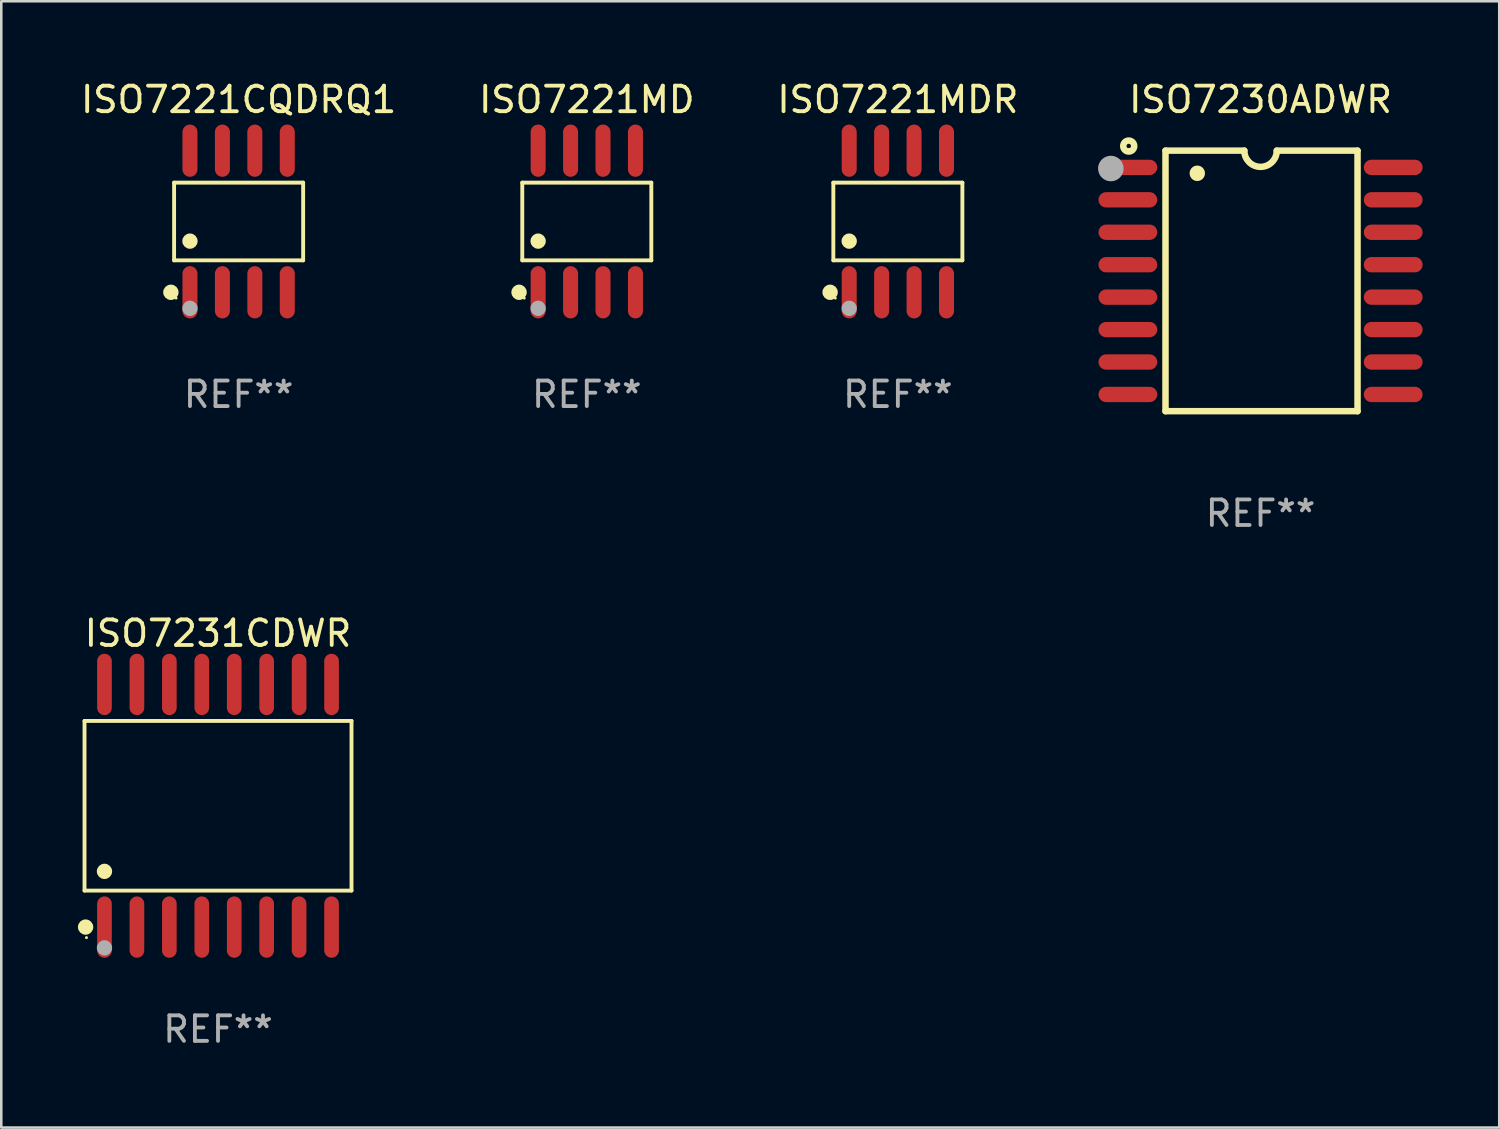
<source format=kicad_pcb>
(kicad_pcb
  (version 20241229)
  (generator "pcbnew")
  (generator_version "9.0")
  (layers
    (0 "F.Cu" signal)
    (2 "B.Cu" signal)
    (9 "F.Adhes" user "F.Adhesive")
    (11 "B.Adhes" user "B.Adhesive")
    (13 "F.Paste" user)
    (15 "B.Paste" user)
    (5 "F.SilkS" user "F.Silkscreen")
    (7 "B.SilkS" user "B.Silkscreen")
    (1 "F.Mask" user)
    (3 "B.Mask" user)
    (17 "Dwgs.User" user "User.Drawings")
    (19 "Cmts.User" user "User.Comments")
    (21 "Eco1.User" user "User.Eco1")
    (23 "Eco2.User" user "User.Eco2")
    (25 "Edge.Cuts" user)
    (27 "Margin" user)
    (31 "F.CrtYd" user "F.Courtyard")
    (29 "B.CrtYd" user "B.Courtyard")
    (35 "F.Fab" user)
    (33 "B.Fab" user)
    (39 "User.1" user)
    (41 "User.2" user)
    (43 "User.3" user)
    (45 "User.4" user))
  (footprint "ISO7231CDWR"
    (layer "F.Cu")
    (at 5.485 28.495)
    (property "Reference" "ISO7231CDWR" (at 0 -6.75 0) (layer "F.SilkS") (effects (font (size 1 1) (thickness 0.15))))
    (attr through_hole)
    (fp_line (start -5.226 -3.321) (end 5.226 -3.321) (stroke (width 0.152) (type solid)) (layer "F.SilkS"))
    (fp_line (start -5.226 3.321) (end -5.226 -3.321) (stroke (width 0.152) (type solid)) (layer "F.SilkS"))
    (fp_line (start 5.226 -3.321) (end 5.226 3.321) (stroke (width 0.152) (type solid)) (layer "F.SilkS"))
    (fp_line (start 5.226 3.321) (end -5.226 3.321) (stroke (width 0.152) (type solid)) (layer "F.SilkS"))
    (fp_circle (center -5.184 4.75) (end -5.034 4.75) (stroke (width 0.3) (type solid)) (fill no) (layer "F.SilkS"))
    (fp_circle (center -5.15 5.163) (end -5.12 5.163) (stroke (width 0.06) (type solid)) (fill no) (layer "F.SilkS"))
    (fp_circle (center -4.445 2.569) (end -4.295 2.569) (stroke (width 0.3) (type solid)) (fill no) (layer "F.SilkS"))
    (fp_circle (center -4.445 5.563) (end -4.295 5.563) (stroke (width 0.3) (type solid)) (fill no) (layer "F.Fab"))
    (fp_text user "REF**" (at 0 8.75 0) (layer "F.Fab") (effects (font (size 1 1) (thickness 0.15))))
    (pad "1" smd oval (at -4.445 4.75) (size 0.574 2.401) (layers "F.Cu" "F.Mask" "F.Paste"))
    (pad "2" smd oval (at -3.175 4.75) (size 0.574 2.401) (layers "F.Cu" "F.Mask" "F.Paste"))
    (pad "3" smd oval (at -1.905 4.75) (size 0.574 2.401) (layers "F.Cu" "F.Mask" "F.Paste"))
    (pad "4" smd oval (at -0.635 4.75) (size 0.574 2.401) (layers "F.Cu" "F.Mask" "F.Paste"))
    (pad "5" smd oval (at 0.635 4.75) (size 0.574 2.401) (layers "F.Cu" "F.Mask" "F.Paste"))
    (pad "6" smd oval (at 1.905 4.75) (size 0.574 2.401) (layers "F.Cu" "F.Mask" "F.Paste"))
    (pad "7" smd oval (at 3.175 4.75) (size 0.574 2.401) (layers "F.Cu" "F.Mask" "F.Paste"))
    (pad "8" smd oval (at 4.445 4.75) (size 0.574 2.401) (layers "F.Cu" "F.Mask" "F.Paste"))
    (pad "9" smd oval (at 4.445 -4.75) (size 0.574 2.401) (layers "F.Cu" "F.Mask" "F.Paste"))
    (pad "10" smd oval (at 3.175 -4.75) (size 0.574 2.401) (layers "F.Cu" "F.Mask" "F.Paste"))
    (pad "11" smd oval (at 1.905 -4.75) (size 0.574 2.401) (layers "F.Cu" "F.Mask" "F.Paste"))
    (pad "12" smd oval (at 0.635 -4.75) (size 0.574 2.401) (layers "F.Cu" "F.Mask" "F.Paste"))
    (pad "13" smd oval (at -0.635 -4.75) (size 0.574 2.401) (layers "F.Cu" "F.Mask" "F.Paste"))
    (pad "14" smd oval (at -1.905 -4.75) (size 0.574 2.401) (layers "F.Cu" "F.Mask" "F.Paste"))
    (pad "15" smd oval (at -3.175 -4.75) (size 0.574 2.401) (layers "F.Cu" "F.Mask" "F.Paste"))
    (pad "16" smd oval (at -4.445 -4.75) (size 0.574 2.401) (layers "F.Cu" "F.Mask" "F.Paste")))
  (footprint "ISO7221MD"
    (layer "F.Cu")
    (at 19.923 5.621)
    (property "Reference" "ISO7221MD" (at 0 -4.772 0) (layer "F.SilkS") (effects (font (size 1 1) (thickness 0.15))))
    (attr through_hole)
    (fp_line (start -2.526 -1.521) (end 2.526 -1.521) (stroke (width 0.152) (type solid)) (layer "F.SilkS"))
    (fp_line (start -2.526 1.521) (end -2.526 -1.521) (stroke (width 0.152) (type solid)) (layer "F.SilkS"))
    (fp_line (start 2.526 -1.521) (end 2.526 1.521) (stroke (width 0.152) (type solid)) (layer "F.SilkS"))
    (fp_line (start 2.526 1.521) (end -2.526 1.521) (stroke (width 0.152) (type solid)) (layer "F.SilkS"))
    (fp_circle (center -2.652 2.772) (end -2.501 2.772) (stroke (width 0.3) (type solid)) (fill no) (layer "F.SilkS"))
    (fp_circle (center -2.45 3) (end -2.42 3) (stroke (width 0.06) (type solid)) (fill no) (layer "F.SilkS"))
    (fp_circle (center -1.905 0.769) (end -1.755 0.769) (stroke (width 0.3) (type solid)) (fill no) (layer "F.SilkS"))
    (fp_circle (center -1.905 3.4) (end -1.755 3.4) (stroke (width 0.3) (type solid)) (fill no) (layer "F.Fab"))
    (fp_text user "REF**" (at 0 6.772 0) (layer "F.Fab") (effects (font (size 1 1) (thickness 0.15))))
    (pad "1" smd oval (at -1.905 2.772) (size 0.588 2.045) (layers "F.Cu" "F.Mask" "F.Paste"))
    (pad "2" smd oval (at -0.635 2.772) (size 0.588 2.045) (layers "F.Cu" "F.Mask" "F.Paste"))
    (pad "3" smd oval (at 0.635 2.772) (size 0.588 2.045) (layers "F.Cu" "F.Mask" "F.Paste"))
    (pad "4" smd oval (at 1.905 2.772) (size 0.588 2.045) (layers "F.Cu" "F.Mask" "F.Paste"))
    (pad "5" smd oval (at 1.905 -2.772) (size 0.588 2.045) (layers "F.Cu" "F.Mask" "F.Paste"))
    (pad "6" smd oval (at 0.635 -2.772) (size 0.588 2.045) (layers "F.Cu" "F.Mask" "F.Paste"))
    (pad "7" smd oval (at -0.635 -2.772) (size 0.588 2.045) (layers "F.Cu" "F.Mask" "F.Paste"))
    (pad "8" smd oval (at -1.905 -2.772) (size 0.588 2.045) (layers "F.Cu" "F.Mask" "F.Paste")))
  (footprint "ISO7221CQDRQ1"
    (layer "F.Cu")
    (at 6.292 5.621)
    (property "Reference" "ISO7221CQDRQ1" (at 0 -4.772 0) (layer "F.SilkS") (effects (font (size 1 1) (thickness 0.15))))
    (attr through_hole)
    (fp_line (start -2.526 -1.521) (end 2.526 -1.521) (stroke (width 0.152) (type solid)) (layer "F.SilkS"))
    (fp_line (start -2.526 1.521) (end -2.526 -1.521) (stroke (width 0.152) (type solid)) (layer "F.SilkS"))
    (fp_line (start 2.526 -1.521) (end 2.526 1.521) (stroke (width 0.152) (type solid)) (layer "F.SilkS"))
    (fp_line (start 2.526 1.521) (end -2.526 1.521) (stroke (width 0.152) (type solid)) (layer "F.SilkS"))
    (fp_circle (center -2.652 2.772) (end -2.501 2.772) (stroke (width 0.3) (type solid)) (fill no) (layer "F.SilkS"))
    (fp_circle (center -2.45 3) (end -2.42 3) (stroke (width 0.06) (type solid)) (fill no) (layer "F.SilkS"))
    (fp_circle (center -1.905 0.769) (end -1.755 0.769) (stroke (width 0.3) (type solid)) (fill no) (layer "F.SilkS"))
    (fp_circle (center -1.905 3.4) (end -1.755 3.4) (stroke (width 0.3) (type solid)) (fill no) (layer "F.Fab"))
    (fp_text user "REF**" (at 0 6.772 0) (layer "F.Fab") (effects (font (size 1 1) (thickness 0.15))))
    (pad "1" smd oval (at -1.905 2.772) (size 0.588 2.045) (layers "F.Cu" "F.Mask" "F.Paste"))
    (pad "2" smd oval (at -0.635 2.772) (size 0.588 2.045) (layers "F.Cu" "F.Mask" "F.Paste"))
    (pad "3" smd oval (at 0.635 2.772) (size 0.588 2.045) (layers "F.Cu" "F.Mask" "F.Paste"))
    (pad "4" smd oval (at 1.905 2.772) (size 0.588 2.045) (layers "F.Cu" "F.Mask" "F.Paste"))
    (pad "5" smd oval (at 1.905 -2.772) (size 0.588 2.045) (layers "F.Cu" "F.Mask" "F.Paste"))
    (pad "6" smd oval (at 0.635 -2.772) (size 0.588 2.045) (layers "F.Cu" "F.Mask" "F.Paste"))
    (pad "7" smd oval (at -0.635 -2.772) (size 0.588 2.045) (layers "F.Cu" "F.Mask" "F.Paste"))
    (pad "8" smd oval (at -1.905 -2.772) (size 0.588 2.045) (layers "F.Cu" "F.Mask" "F.Paste")))
  (footprint "ISO7221MDR"
    (layer "F.Cu")
    (at 32.101 5.621)
    (property "Reference" "ISO7221MDR" (at 0 -4.772 0) (layer "F.SilkS") (effects (font (size 1 1) (thickness 0.15))))
    (attr through_hole)
    (fp_line (start -2.526 -1.521) (end 2.526 -1.521) (stroke (width 0.152) (type solid)) (layer "F.SilkS"))
    (fp_line (start -2.526 1.521) (end -2.526 -1.521) (stroke (width 0.152) (type solid)) (layer "F.SilkS"))
    (fp_line (start 2.526 -1.521) (end 2.526 1.521) (stroke (width 0.152) (type solid)) (layer "F.SilkS"))
    (fp_line (start 2.526 1.521) (end -2.526 1.521) (stroke (width 0.152) (type solid)) (layer "F.SilkS"))
    (fp_circle (center -2.652 2.772) (end -2.501 2.772) (stroke (width 0.3) (type solid)) (fill no) (layer "F.SilkS"))
    (fp_circle (center -2.45 3) (end -2.42 3) (stroke (width 0.06) (type solid)) (fill no) (layer "F.SilkS"))
    (fp_circle (center -1.905 0.769) (end -1.755 0.769) (stroke (width 0.3) (type solid)) (fill no) (layer "F.SilkS"))
    (fp_circle (center -1.905 3.4) (end -1.755 3.4) (stroke (width 0.3) (type solid)) (fill no) (layer "F.Fab"))
    (fp_text user "REF**" (at 0 6.772 0) (layer "F.Fab") (effects (font (size 1 1) (thickness 0.15))))
    (pad "1" smd oval (at -1.905 2.772) (size 0.588 2.045) (layers "F.Cu" "F.Mask" "F.Paste"))
    (pad "2" smd oval (at -0.635 2.772) (size 0.588 2.045) (layers "F.Cu" "F.Mask" "F.Paste"))
    (pad "3" smd oval (at 0.635 2.772) (size 0.588 2.045) (layers "F.Cu" "F.Mask" "F.Paste"))
    (pad "4" smd oval (at 1.905 2.772) (size 0.588 2.045) (layers "F.Cu" "F.Mask" "F.Paste"))
    (pad "5" smd oval (at 1.905 -2.772) (size 0.588 2.045) (layers "F.Cu" "F.Mask" "F.Paste"))
    (pad "6" smd oval (at 0.635 -2.772) (size 0.588 2.045) (layers "F.Cu" "F.Mask" "F.Paste"))
    (pad "7" smd oval (at -0.635 -2.772) (size 0.588 2.045) (layers "F.Cu" "F.Mask" "F.Paste"))
    (pad "8" smd oval (at -1.905 -2.772) (size 0.588 2.045) (layers "F.Cu" "F.Mask" "F.Paste")))
  (footprint "ISO7230ADWR"
    (layer "F.Cu")
    (at 46.3 7.948)
    (property "Reference" "ISO7230ADWR" (at 0 -7.1 0) (layer "F.SilkS") (effects (font (size 1 1) (thickness 0.15))))
    (attr through_hole)
    (fp_line (start -3.721 -5.1) (end -3.721 5.1) (stroke (width 0.254) (type solid)) (layer "F.SilkS"))
    (fp_line (start -3.721 -5.1) (end -0.635 -5.1) (stroke (width 0.254) (type solid)) (layer "F.SilkS"))
    (fp_line (start -3.721 5.1) (end 3.797 5.1) (stroke (width 0.254) (type solid)) (layer "F.SilkS"))
    (fp_line (start 3.797 -5.1) (end 0.635 -5.1) (stroke (width 0.254) (type solid)) (layer "F.SilkS"))
    (fp_line (start 3.797 5.1) (end 3.797 -5.1) (stroke (width 0.254) (type solid)) (layer "F.SilkS"))
    (fp_arc (start -2.476556 -4.211328) (mid -2.476567 -4.213868) (end -2.476556 -4.216408) (stroke (width 0.6) (type solid)) (layer "F.SilkS"))
    (fp_arc (start 0.63495 -5.100076) (mid -0.000178 -4.465329) (end -0.635052 -5.10033) (stroke (width 0.254001) (type solid)) (layer "F.SilkS"))
    (fp_circle (center -5.16 -5.28) (end -4.945 -5.28) (stroke (width 0.254) (type solid)) (fill no) (layer "F.SilkS"))
    (fp_circle (center -5.15 -5.15) (end -5.12 -5.15) (stroke (width 0.06) (type solid)) (fill no) (layer "F.SilkS"))
    (fp_circle (center -5.86 -4.4) (end -5.61 -4.4) (stroke (width 0.5) (type solid)) (fill no) (layer "F.Fab"))
    (fp_text user "REF**" (at 0 9.1 0) (layer "F.Fab") (effects (font (size 1 1) (thickness 0.15))))
    (pad "1" smd oval (at -5.194 -4.445) (size 2.3 0.6) (layers "F.Cu" "F.Mask" "F.Paste"))
    (pad "2" smd oval (at -5.194 -3.175) (size 2.3 0.6) (layers "F.Cu" "F.Mask" "F.Paste"))
    (pad "3" smd oval (at -5.194 -1.905) (size 2.3 0.6) (layers "F.Cu" "F.Mask" "F.Paste"))
    (pad "4" smd oval (at -5.194 -0.635) (size 2.3 0.6) (layers "F.Cu" "F.Mask" "F.Paste"))
    (pad "5" smd oval (at -5.194 0.635) (size 2.3 0.6) (layers "F.Cu" "F.Mask" "F.Paste"))
    (pad "6" smd oval (at -5.194 1.905) (size 2.3 0.6) (layers "F.Cu" "F.Mask" "F.Paste"))
    (pad "7" smd oval (at -5.194 3.175) (size 2.3 0.6) (layers "F.Cu" "F.Mask" "F.Paste"))
    (pad "8" smd oval (at -5.194 4.445) (size 2.3 0.6) (layers "F.Cu" "F.Mask" "F.Paste"))
    (pad "9" smd oval (at 5.194 4.445) (size 2.3 0.6) (layers "F.Cu" "F.Mask" "F.Paste"))
    (pad "10" smd oval (at 5.194 3.175) (size 2.3 0.6) (layers "F.Cu" "F.Mask" "F.Paste"))
    (pad "11" smd oval (at 5.194 1.905) (size 2.3 0.6) (layers "F.Cu" "F.Mask" "F.Paste"))
    (pad "12" smd oval (at 5.194 0.635) (size 2.3 0.6) (layers "F.Cu" "F.Mask" "F.Paste"))
    (pad "13" smd oval (at 5.194 -0.635) (size 2.3 0.6) (layers "F.Cu" "F.Mask" "F.Paste"))
    (pad "14" smd oval (at 5.194 -1.905) (size 2.3 0.6) (layers "F.Cu" "F.Mask" "F.Paste"))
    (pad "15" smd oval (at 5.194 -3.175) (size 2.3 0.6) (layers "F.Cu" "F.Mask" "F.Paste"))
    (pad "16" smd oval (at 5.194 -4.445) (size 2.3 0.6) (layers "F.Cu" "F.Mask" "F.Paste")))
  (gr_rect
    (start -3 -3)
    (end 55.645 41.094)
    (stroke (width 0.1) (type default))
    (fill no)
    (layer "Edge.Cuts")))
</source>
